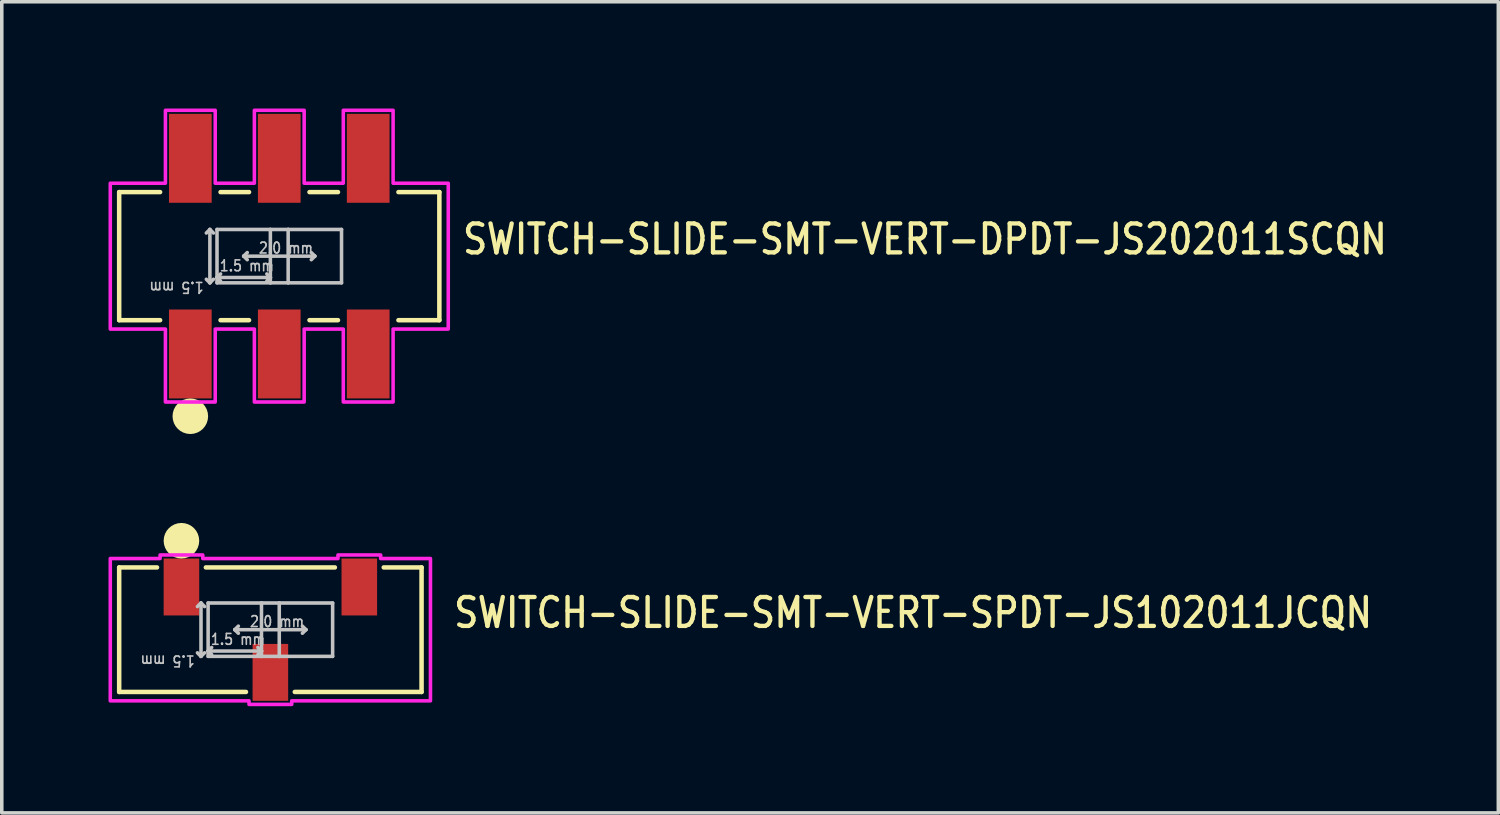
<source format=kicad_pcb>
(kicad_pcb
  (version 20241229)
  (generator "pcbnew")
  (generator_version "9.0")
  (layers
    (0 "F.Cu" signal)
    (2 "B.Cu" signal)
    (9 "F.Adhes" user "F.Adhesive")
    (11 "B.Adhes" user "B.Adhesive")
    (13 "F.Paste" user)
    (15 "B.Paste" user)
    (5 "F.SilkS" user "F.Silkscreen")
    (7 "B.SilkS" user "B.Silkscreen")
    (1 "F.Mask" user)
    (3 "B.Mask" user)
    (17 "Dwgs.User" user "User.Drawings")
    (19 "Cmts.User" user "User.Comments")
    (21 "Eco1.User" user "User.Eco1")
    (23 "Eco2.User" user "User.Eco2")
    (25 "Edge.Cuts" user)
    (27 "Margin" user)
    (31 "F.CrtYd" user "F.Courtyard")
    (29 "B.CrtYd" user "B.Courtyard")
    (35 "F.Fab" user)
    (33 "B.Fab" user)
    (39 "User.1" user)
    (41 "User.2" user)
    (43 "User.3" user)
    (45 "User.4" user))
  (footprint "SWITCH-SLIDE-SMT-VERT-DPDT-JS202011SCQN"
    (layer "F.Cu")
    (at 4.8 4.15)
    (property "Reference" "SWITCH-SLIDE-SMT-VERT-DPDT-JS202011SCQN" (at 5.096 0 0) (unlocked yes) (layer "F.SilkS") (effects (font (size 0.813 0.695) (thickness 0.122)) (justify left bottom)))
    (fp_line (start -4.5 -1.8) (end -4.5 1.8) (stroke (width 0.127) (type solid)) (layer "F.SilkS"))
    (fp_line (start -4.5 1.8) (end -3.35 1.8) (stroke (width 0.127) (type solid)) (layer "F.SilkS"))
    (fp_line (start -3.35 -1.8) (end -4.5 -1.8) (stroke (width 0.127) (type solid)) (layer "F.SilkS"))
    (fp_line (start -1.65 1.8) (end -0.85 1.8) (stroke (width 0.127) (type solid)) (layer "F.SilkS"))
    (fp_line (start -0.85 -1.8) (end -1.65 -1.8) (stroke (width 0.127) (type solid)) (layer "F.SilkS"))
    (fp_line (start 1.65 -1.8) (end 0.85 -1.8) (stroke (width 0.127) (type solid)) (layer "F.SilkS"))
    (fp_line (start 1.65 1.8) (end 0.85 1.8) (stroke (width 0.127) (type solid)) (layer "F.SilkS"))
    (fp_line (start 3.35 -1.8) (end 4.5 -1.8) (stroke (width 0.127) (type solid)) (layer "F.SilkS"))
    (fp_line (start 4.5 -1.8) (end 4.5 1.8) (stroke (width 0.127) (type solid)) (layer "F.SilkS"))
    (fp_line (start 4.5 1.8) (end 3.35 1.8) (stroke (width 0.127) (type solid)) (layer "F.SilkS"))
    (fp_circle (center -2.5 4.5) (end -2.5 4.5) (stroke (width 0.5) (type solid)) (fill no) (layer "F.SilkS"))
    (fp_line (start -1.95 -0.75) (end -2.05 -0.65) (stroke (width 0.1) (type solid)) (layer "Dwgs.User"))
    (fp_line (start -1.95 -0.75) (end -1.95 0.75) (stroke (width 0.1) (type solid)) (layer "Dwgs.User"))
    (fp_line (start -1.95 0.75) (end -2.05 0.65) (stroke (width 0.1) (type solid)) (layer "Dwgs.User"))
    (fp_line (start -1.95 0.75) (end -1.85 0.65) (stroke (width 0.1) (type solid)) (layer "Dwgs.User"))
    (fp_line (start -1.85 -0.65) (end -1.95 -0.75) (stroke (width 0.1) (type solid)) (layer "Dwgs.User"))
    (fp_line (start -1.75 -0.75) (end -0.25 -0.75) (stroke (width 0.1) (type solid)) (layer "Dwgs.User"))
    (fp_line (start -1.75 0.6) (end -1.75 -0.75) (stroke (width 0.1) (type solid)) (layer "Dwgs.User"))
    (fp_line (start -1.75 0.6) (end -1.65 0.5) (stroke (width 0.1) (type solid)) (layer "Dwgs.User"))
    (fp_line (start -1.75 0.6) (end -1.65 0.7) (stroke (width 0.1) (type solid)) (layer "Dwgs.User"))
    (fp_line (start -1.75 0.6) (end -0.25 0.6) (stroke (width 0.1) (type solid)) (layer "Dwgs.User"))
    (fp_line (start -1.75 0.75) (end -1.75 0.6) (stroke (width 0.1) (type solid)) (layer "Dwgs.User"))
    (fp_line (start -1 0) (end -0.9 -0.1) (stroke (width 0.1) (type solid)) (layer "Dwgs.User"))
    (fp_line (start -1 0) (end -0.9 0.1) (stroke (width 0.1) (type solid)) (layer "Dwgs.User"))
    (fp_line (start -0.25 -0.75) (end -0.25 0.6) (stroke (width 0.1) (type solid)) (layer "Dwgs.User"))
    (fp_line (start -0.25 -0.75) (end 0.25 -0.75) (stroke (width 0.1) (type solid)) (layer "Dwgs.User"))
    (fp_line (start -0.25 0.6) (end -0.35 0.5) (stroke (width 0.1) (type solid)) (layer "Dwgs.User"))
    (fp_line (start -0.25 0.6) (end -0.35 0.7) (stroke (width 0.1) (type solid)) (layer "Dwgs.User"))
    (fp_line (start -0.25 0.6) (end -0.25 0.75) (stroke (width 0.1) (type solid)) (layer "Dwgs.User"))
    (fp_line (start -0.25 0.75) (end -1.75 0.75) (stroke (width 0.1) (type solid)) (layer "Dwgs.User"))
    (fp_line (start 0.25 -0.75) (end 0.25 0.75) (stroke (width 0.1) (type solid)) (layer "Dwgs.User"))
    (fp_line (start 0.25 -0.75) (end 1.75 -0.75) (stroke (width 0.1) (type solid)) (layer "Dwgs.User"))
    (fp_line (start 0.25 0.75) (end -0.25 0.75) (stroke (width 0.1) (type solid)) (layer "Dwgs.User"))
    (fp_line (start 1 0) (end -1 0) (stroke (width 0.1) (type solid)) (layer "Dwgs.User"))
    (fp_line (start 1 0) (end 0.9 -0.1) (stroke (width 0.1) (type solid)) (layer "Dwgs.User"))
    (fp_line (start 1 0) (end 0.9 0.1) (stroke (width 0.1) (type solid)) (layer "Dwgs.User"))
    (fp_line (start 1.75 -0.75) (end 1.75 0.75) (stroke (width 0.1) (type solid)) (layer "Dwgs.User"))
    (fp_line (start 1.75 0.75) (end 0.25 0.75) (stroke (width 0.1) (type solid)) (layer "Dwgs.User"))
    (fp_poly (pts (xy -4.75 -2.05) (xy -3.2 -2.05) (xy -3.2 -4.1) (xy -1.8 -4.1) (xy -1.8 -2.05) (xy -0.7 -2.05) (xy -0.7 -4.1) (xy 0.7 -4.1) (xy 0.7 -2.05) (xy 1.8 -2.05) (xy 1.8 -4.1) (xy 3.2 -4.1) (xy 3.2 -2.05) (xy 4.75 -2.05) (xy 4.75 2.05) (xy 3.2 2.05) (xy 3.2 4.1) (xy 1.8 4.1) (xy 1.8 2.05) (xy 0.7 2.05) (xy 0.7 4.1) (xy -0.7 4.1) (xy -0.7 2.05) (xy -1.8 2.05) (xy -1.8 4.1) (xy -3.2 4.1) (xy -3.2 2.05) (xy -4.75 2.05)) (stroke (width 0.1) (type solid)) (fill no) (layer "F.CrtYd"))
    (fp_text user "1.5 mm" (at -1.7 0.45 0) (unlocked yes) (layer "Dwgs.User") (effects (font (size 0.305 0.261) (thickness 0.046)) (justify left bottom)))
    (fp_text user "1.5 mm" (at -2.1 0.7 180) (unlocked yes) (layer "Dwgs.User") (effects (font (size 0.305 0.261) (thickness 0.046)) (justify left bottom)))
    (fp_text user "2.0 mm" (at -0.6 -0.05 0) (unlocked yes) (layer "Dwgs.User") (effects (font (size 0.305 0.261) (thickness 0.046)) (justify left bottom)))
    (pad "1" smd rect (at -2.5 2.75) (size 1.2 2.5) (layers "F.Cu" "F.Mask" "F.Paste"))
    (pad "2" smd rect (at 0 2.75) (size 1.2 2.5) (layers "F.Cu" "F.Mask" "F.Paste"))
    (pad "3" smd rect (at 2.5 2.75) (size 1.2 2.5) (layers "F.Cu" "F.Mask" "F.Paste"))
    (pad "4" smd rect (at -2.5 -2.75) (size 1.2 2.5) (layers "F.Cu" "F.Mask" "F.Paste"))
    (pad "5" smd rect (at 0 -2.75) (size 1.2 2.5) (layers "F.Cu" "F.Mask" "F.Paste"))
    (pad "6" smd rect (at 2.5 -2.75) (size 1.2 2.5) (layers "F.Cu" "F.Mask" "F.Paste")))
  (footprint "SWITCH-SLIDE-SMT-VERT-SPDT-JS102011JCQN"
    (layer "F.Cu")
    (at 4.55 14.65)
    (property "Reference" "SWITCH-SLIDE-SMT-VERT-SPDT-JS102011JCQN" (at 5.096 0 0) (unlocked yes) (layer "F.SilkS") (effects (font (size 0.813 0.695) (thickness 0.122)) (justify left bottom)))
    (fp_line (start -4.25 -1.75) (end -3.187 -1.75) (stroke (width 0.127) (type solid)) (layer "F.SilkS"))
    (fp_line (start -4.25 1.75) (end -4.25 -1.75) (stroke (width 0.127) (type solid)) (layer "F.SilkS"))
    (fp_line (start -0.686 1.75) (end -4.25 1.75) (stroke (width 0.127) (type solid)) (layer "F.SilkS"))
    (fp_line (start 0.686 1.75) (end 4.25 1.75) (stroke (width 0.127) (type solid)) (layer "F.SilkS"))
    (fp_line (start 1.813 -1.75) (end -1.813 -1.75) (stroke (width 0.127) (type solid)) (layer "F.SilkS"))
    (fp_line (start 4.25 -1.75) (end 3.187 -1.75) (stroke (width 0.127) (type solid)) (layer "F.SilkS"))
    (fp_line (start 4.25 1.75) (end 4.25 -1.75) (stroke (width 0.127) (type solid)) (layer "F.SilkS"))
    (fp_circle (center -2.5 -2.5) (end -2.5 -2.5) (stroke (width 0.5) (type solid)) (fill no) (layer "F.SilkS"))
    (fp_line (start -1.95 -0.75) (end -2.05 -0.65) (stroke (width 0.1) (type solid)) (layer "Dwgs.User"))
    (fp_line (start -1.95 -0.75) (end -1.95 0.75) (stroke (width 0.1) (type solid)) (layer "Dwgs.User"))
    (fp_line (start -1.95 0.75) (end -2.05 0.65) (stroke (width 0.1) (type solid)) (layer "Dwgs.User"))
    (fp_line (start -1.95 0.75) (end -1.85 0.65) (stroke (width 0.1) (type solid)) (layer "Dwgs.User"))
    (fp_line (start -1.85 -0.65) (end -1.95 -0.75) (stroke (width 0.1) (type solid)) (layer "Dwgs.User"))
    (fp_line (start -1.75 -0.75) (end -0.25 -0.75) (stroke (width 0.1) (type solid)) (layer "Dwgs.User"))
    (fp_line (start -1.75 0.6) (end -1.75 -0.75) (stroke (width 0.1) (type solid)) (layer "Dwgs.User"))
    (fp_line (start -1.75 0.6) (end -1.65 0.5) (stroke (width 0.1) (type solid)) (layer "Dwgs.User"))
    (fp_line (start -1.75 0.6) (end -1.65 0.7) (stroke (width 0.1) (type solid)) (layer "Dwgs.User"))
    (fp_line (start -1.75 0.6) (end -0.25 0.6) (stroke (width 0.1) (type solid)) (layer "Dwgs.User"))
    (fp_line (start -1.75 0.75) (end -1.75 0.6) (stroke (width 0.1) (type solid)) (layer "Dwgs.User"))
    (fp_line (start -1 0) (end -0.9 -0.1) (stroke (width 0.1) (type solid)) (layer "Dwgs.User"))
    (fp_line (start -1 0) (end -0.9 0.1) (stroke (width 0.1) (type solid)) (layer "Dwgs.User"))
    (fp_line (start -0.25 -0.75) (end -0.25 0.6) (stroke (width 0.1) (type solid)) (layer "Dwgs.User"))
    (fp_line (start -0.25 -0.75) (end 0.25 -0.75) (stroke (width 0.1) (type solid)) (layer "Dwgs.User"))
    (fp_line (start -0.25 0.6) (end -0.35 0.5) (stroke (width 0.1) (type solid)) (layer "Dwgs.User"))
    (fp_line (start -0.25 0.6) (end -0.35 0.7) (stroke (width 0.1) (type solid)) (layer "Dwgs.User"))
    (fp_line (start -0.25 0.6) (end -0.25 0.75) (stroke (width 0.1) (type solid)) (layer "Dwgs.User"))
    (fp_line (start -0.25 0.75) (end -1.75 0.75) (stroke (width 0.1) (type solid)) (layer "Dwgs.User"))
    (fp_line (start 0.25 -0.75) (end 0.25 0.75) (stroke (width 0.1) (type solid)) (layer "Dwgs.User"))
    (fp_line (start 0.25 -0.75) (end 1.75 -0.75) (stroke (width 0.1) (type solid)) (layer "Dwgs.User"))
    (fp_line (start 0.25 0.75) (end -0.25 0.75) (stroke (width 0.1) (type solid)) (layer "Dwgs.User"))
    (fp_line (start 1 0) (end -1 0) (stroke (width 0.1) (type solid)) (layer "Dwgs.User"))
    (fp_line (start 1 0) (end 0.9 -0.1) (stroke (width 0.1) (type solid)) (layer "Dwgs.User"))
    (fp_line (start 1 0) (end 0.9 0.1) (stroke (width 0.1) (type solid)) (layer "Dwgs.User"))
    (fp_line (start 1.75 -0.75) (end 1.75 0.75) (stroke (width 0.1) (type solid)) (layer "Dwgs.User"))
    (fp_line (start 1.75 0.75) (end 0.25 0.75) (stroke (width 0.1) (type solid)) (layer "Dwgs.User"))
    (fp_poly (pts (xy 4.5 2) (xy 0.6 2) (xy 0.6 2.1) (xy -0.6 2.1) (xy -0.6 2) (xy -4.5 2) (xy -4.5 -2) (xy -3.1 -2) (xy -3.1 -2.1) (xy -1.9 -2.1) (xy -1.9 -2) (xy 1.9 -2) (xy 1.9 -2.1) (xy 3.1 -2.1) (xy 3.1 -2) (xy 4.5 -2)) (stroke (width 0.1) (type solid)) (fill no) (layer "F.CrtYd"))
    (fp_text user "1.5 mm" (at -1.7 0.45 0) (unlocked yes) (layer "Dwgs.User") (effects (font (size 0.305 0.261) (thickness 0.046)) (justify left bottom)))
    (fp_text user "2.0 mm" (at -0.6 -0.05 0) (unlocked yes) (layer "Dwgs.User") (effects (font (size 0.305 0.261) (thickness 0.046)) (justify left bottom)))
    (fp_text user "1.5 mm" (at -2.1 0.7 180) (unlocked yes) (layer "Dwgs.User") (effects (font (size 0.305 0.261) (thickness 0.046)) (justify left bottom)))
    (pad "1" smd rect (at -2.5 -1.2) (size 1 1.6) (layers "F.Cu" "F.Mask" "F.Paste"))
    (pad "2" smd rect (at 0 1.2) (size 1 1.6) (layers "F.Cu" "F.Mask" "F.Paste"))
    (pad "3" smd rect (at 2.5 -1.2) (size 1 1.6) (layers "F.Cu" "F.Mask" "F.Paste")))
  (gr_rect
    (start -3 -3)
    (end 39.067 19.8)
    (stroke (width 0.1) (type default))
    (fill no)
    (layer "Edge.Cuts")))
</source>
